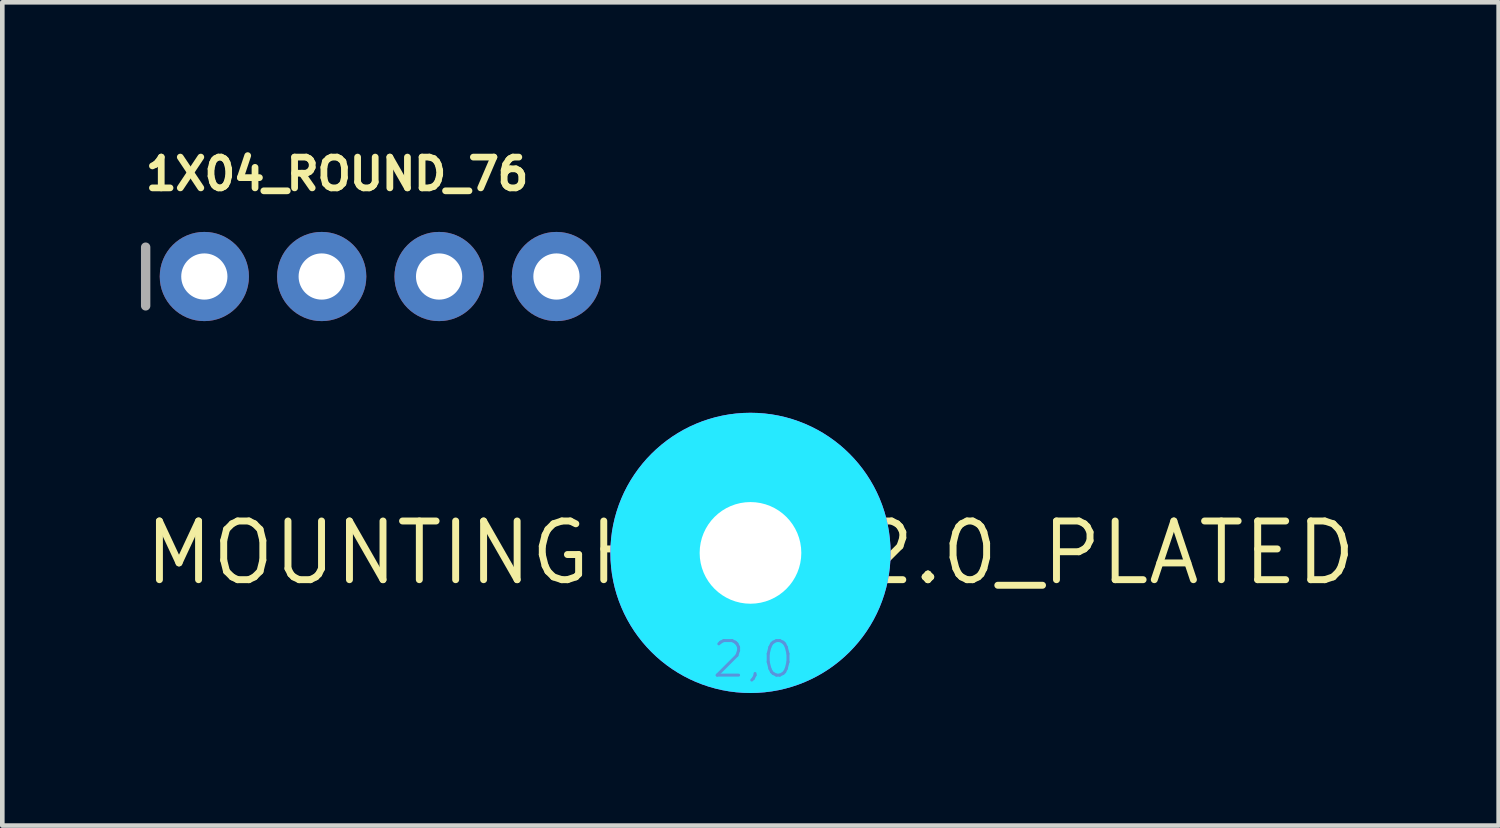
<source format=kicad_pcb>
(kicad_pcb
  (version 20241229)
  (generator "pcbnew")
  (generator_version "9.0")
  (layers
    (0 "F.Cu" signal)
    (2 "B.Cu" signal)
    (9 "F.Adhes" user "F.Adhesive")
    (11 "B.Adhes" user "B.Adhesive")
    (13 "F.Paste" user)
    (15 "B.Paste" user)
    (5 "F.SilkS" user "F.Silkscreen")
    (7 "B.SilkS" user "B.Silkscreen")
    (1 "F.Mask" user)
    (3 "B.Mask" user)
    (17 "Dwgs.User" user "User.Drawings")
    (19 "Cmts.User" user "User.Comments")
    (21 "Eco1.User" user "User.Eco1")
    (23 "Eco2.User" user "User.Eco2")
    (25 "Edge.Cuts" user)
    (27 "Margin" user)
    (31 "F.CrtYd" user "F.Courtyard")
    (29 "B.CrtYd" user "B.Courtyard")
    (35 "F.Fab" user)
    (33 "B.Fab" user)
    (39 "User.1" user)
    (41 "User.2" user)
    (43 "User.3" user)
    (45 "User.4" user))
  (footprint "MOUNTINGHOLE_2.0_PLATED"
    (layer "F.Cu")
    (at 13.191 8.915)
    (property "Reference" "MOUNTINGHOLE_2.0_PLATED" (at 0 0 0) (layer "F.SilkS") (effects (font (size 1.27 1.27) (thickness 0.15))))
    (fp_circle (center 0 0) (end 1.8 0) (stroke (width 0.203) (type solid)) (fill no) (layer "F.SilkS"))
    (fp_circle (center 0 0) (end 1 0) (stroke (width 2.032) (type solid)) (fill no) (layer "B.CrtYd"))
    (fp_circle (center 0 0) (end 1 0) (stroke (width 2.032) (type solid)) (fill no) (layer "F.CrtYd"))
    (fp_text user "2,0" (at -0.87 2.74 0) (layer "Cmts.User") (effects (font (size 0.748 0.748) (thickness 0.065)) (justify left bottom)))
    (pad "P$1" thru_hole circle (at 0 0) (size 3 3) (drill 2.2) (layers "*.Cu" "*.Mask"))
    (zone (net_name "") (layer "F.Cu") (hatch edge 0.508) (connect_pads) (min_thickness 0.254) (filled_areas_thickness no) (keepout (tracks not_allowed) (vias not_allowed) (pads not_allowed) (copperpour not_allowed) (footprints allowed)) (placement (enabled no)) (fill) (polygon (pts (xy 15.207 8.915) (xy 15.176 8.565) (xy 15.086 8.226) (xy 14.937 7.907) (xy 14.735 7.62) (xy 14.487 7.371) (xy 14.199 7.17) (xy 13.881 7.021) (xy 13.541 6.93) (xy 13.191 6.899) (xy 12.841 6.93) (xy 12.502 7.021) (xy 12.183 7.17) (xy 11.895 7.371) (xy 11.647 7.62) (xy 11.445 7.907) (xy 11.297 8.226) (xy 11.206 8.565) (xy 11.175 8.915) (xy 11.206 9.265) (xy 11.297 9.605) (xy 11.445 9.923) (xy 11.647 10.211) (xy 11.895 10.46) (xy 12.183 10.661) (xy 12.502 10.81) (xy 12.841 10.901) (xy 13.191 10.931) (xy 13.541 10.901) (xy 13.881 10.81) (xy 14.199 10.661) (xy 14.487 10.46) (xy 14.735 10.211) (xy 14.937 9.923) (xy 15.086 9.605) (xy 15.176 9.265))) (polygon (pts (xy 13.175 8.915) (xy 13.175 8.918) (xy 13.176 8.921) (xy 13.177 8.923) (xy 13.179 8.926) (xy 13.181 8.928) (xy 13.183 8.929) (xy 13.186 8.93) (xy 13.188 8.931) (xy 13.191 8.931) (xy 13.194 8.931) (xy 13.197 8.93) (xy 13.199 8.929) (xy 13.201 8.928) (xy 13.203 8.926) (xy 13.205 8.923) (xy 13.206 8.921) (xy 13.207 8.918) (xy 13.207 8.915) (xy 13.207 8.913) (xy 13.206 8.91) (xy 13.205 8.907) (xy 13.203 8.905) (xy 13.201 8.903) (xy 13.199 8.902) (xy 13.197 8.9) (xy 13.194 8.9) (xy 13.191 8.899) (xy 13.188 8.9) (xy 13.186 8.9) (xy 13.183 8.902) (xy 13.181 8.903) (xy 13.179 8.905) (xy 13.177 8.907) (xy 13.176 8.91) (xy 13.175 8.913))))
    (zone (net_name "") (layers "F.Cu" "B.Cu") (hatch edge 0.508) (connect_pads) (min_thickness 0.254) (filled_areas_thickness no) (keepout (tracks allowed) (vias not_allowed) (pads allowed) (copperpour allowed) (footprints allowed)) (placement (enabled no)) (fill) (polygon (pts (xy 15.207 8.915) (xy 15.176 8.565) (xy 15.086 8.226) (xy 14.937 7.907) (xy 14.735 7.62) (xy 14.487 7.371) (xy 14.199 7.17) (xy 13.881 7.021) (xy 13.541 6.93) (xy 13.191 6.899) (xy 12.841 6.93) (xy 12.502 7.021) (xy 12.183 7.17) (xy 11.895 7.371) (xy 11.647 7.62) (xy 11.445 7.907) (xy 11.297 8.226) (xy 11.206 8.565) (xy 11.175 8.915) (xy 11.206 9.265) (xy 11.297 9.605) (xy 11.445 9.923) (xy 11.647 10.211) (xy 11.895 10.46) (xy 12.183 10.661) (xy 12.502 10.81) (xy 12.841 10.901) (xy 13.191 10.931) (xy 13.541 10.901) (xy 13.881 10.81) (xy 14.199 10.661) (xy 14.487 10.46) (xy 14.735 10.211) (xy 14.937 9.923) (xy 15.086 9.605) (xy 15.176 9.265))) (polygon (pts (xy 13.175 8.915) (xy 13.175 8.918) (xy 13.176 8.921) (xy 13.177 8.923) (xy 13.179 8.926) (xy 13.181 8.928) (xy 13.183 8.929) (xy 13.186 8.93) (xy 13.188 8.931) (xy 13.191 8.931) (xy 13.194 8.931) (xy 13.197 8.93) (xy 13.199 8.929) (xy 13.201 8.928) (xy 13.203 8.926) (xy 13.205 8.923) (xy 13.206 8.921) (xy 13.207 8.918) (xy 13.207 8.915) (xy 13.207 8.913) (xy 13.206 8.91) (xy 13.205 8.907) (xy 13.203 8.905) (xy 13.201 8.903) (xy 13.199 8.902) (xy 13.197 8.9) (xy 13.194 8.9) (xy 13.191 8.899) (xy 13.188 8.9) (xy 13.186 8.9) (xy 13.183 8.902) (xy 13.181 8.903) (xy 13.179 8.905) (xy 13.177 8.907) (xy 13.176 8.91) (xy 13.175 8.913))))
    (zone (net_name "") (layer "B.Cu") (hatch edge 0.508) (connect_pads) (min_thickness 0.254) (filled_areas_thickness no) (keepout (tracks not_allowed) (vias not_allowed) (pads not_allowed) (copperpour not_allowed) (footprints allowed)) (placement (enabled no)) (fill) (polygon (pts (xy 15.207 8.915) (xy 15.176 8.565) (xy 15.086 8.226) (xy 14.937 7.907) (xy 14.735 7.62) (xy 14.487 7.371) (xy 14.199 7.17) (xy 13.881 7.021) (xy 13.541 6.93) (xy 13.191 6.899) (xy 12.841 6.93) (xy 12.502 7.021) (xy 12.183 7.17) (xy 11.895 7.371) (xy 11.647 7.62) (xy 11.445 7.907) (xy 11.297 8.226) (xy 11.206 8.565) (xy 11.175 8.915) (xy 11.206 9.265) (xy 11.297 9.605) (xy 11.445 9.923) (xy 11.647 10.211) (xy 11.895 10.46) (xy 12.183 10.661) (xy 12.502 10.81) (xy 12.841 10.901) (xy 13.191 10.931) (xy 13.541 10.901) (xy 13.881 10.81) (xy 14.199 10.661) (xy 14.487 10.46) (xy 14.735 10.211) (xy 14.937 9.923) (xy 15.086 9.605) (xy 15.176 9.265))) (polygon (pts (xy 13.175 8.915) (xy 13.175 8.918) (xy 13.176 8.921) (xy 13.177 8.923) (xy 13.179 8.926) (xy 13.181 8.928) (xy 13.183 8.929) (xy 13.186 8.93) (xy 13.188 8.931) (xy 13.191 8.931) (xy 13.194 8.931) (xy 13.197 8.93) (xy 13.199 8.929) (xy 13.201 8.928) (xy 13.203 8.926) (xy 13.205 8.923) (xy 13.206 8.921) (xy 13.207 8.918) (xy 13.207 8.915) (xy 13.207 8.913) (xy 13.206 8.91) (xy 13.205 8.907) (xy 13.203 8.905) (xy 13.201 8.903) (xy 13.199 8.902) (xy 13.197 8.9) (xy 13.194 8.9) (xy 13.191 8.899) (xy 13.188 8.9) (xy 13.186 8.9) (xy 13.183 8.902) (xy 13.181 8.903) (xy 13.179 8.905) (xy 13.177 8.907) (xy 13.176 8.91) (xy 13.175 8.913)))))
  (footprint "1X04_ROUND_76"
    (layer "F.Cu")
    (at 5.182 2.934)
    (property "Reference" "1X04_ROUND_76" (at -5.156 -1.829 0) (layer "F.SilkS") (effects (font (size 0.666 0.666) (thickness 0.146)) (justify left bottom)))
    (fp_line (start -5.08 -0.635) (end -5.08 0.635) (stroke (width 0.203) (type solid)) (layer "F.Fab"))
    (fp_poly (pts (xy -4.064 0.254) (xy -3.556 0.254) (xy -3.556 -0.254) (xy -4.064 -0.254)) (stroke (width 0.1) (type solid)) (fill no) (layer "F.Fab"))
    (fp_poly (pts (xy -1.524 0.254) (xy -1.016 0.254) (xy -1.016 -0.254) (xy -1.524 -0.254)) (stroke (width 0.1) (type solid)) (fill no) (layer "F.Fab"))
    (fp_poly (pts (xy 1.016 0.254) (xy 1.524 0.254) (xy 1.524 -0.254) (xy 1.016 -0.254)) (stroke (width 0.1) (type solid)) (fill no) (layer "F.Fab"))
    (fp_poly (pts (xy 3.556 0.254) (xy 4.064 0.254) (xy 4.064 -0.254) (xy 3.556 -0.254)) (stroke (width 0.1) (type solid)) (fill no) (layer "F.Fab"))
    (pad "1" thru_hole circle (at -3.81 0 90) (size 1.93 1.93) (drill 1) (layers "*.Cu" "*.Mask"))
    (pad "2" thru_hole circle (at -1.27 0 90) (size 1.93 1.93) (drill 1) (layers "*.Cu" "*.Mask"))
    (pad "3" thru_hole circle (at 1.27 0 90) (size 1.93 1.93) (drill 1) (layers "*.Cu" "*.Mask"))
    (pad "4" thru_hole circle (at 3.81 0 90) (size 1.93 1.93) (drill 1) (layers "*.Cu" "*.Mask")))
  (gr_rect
    (start -3 -3)
    (end 29.382 14.816)
    (stroke (width 0.1) (type default))
    (fill no)
    (layer "Edge.Cuts")))
</source>
